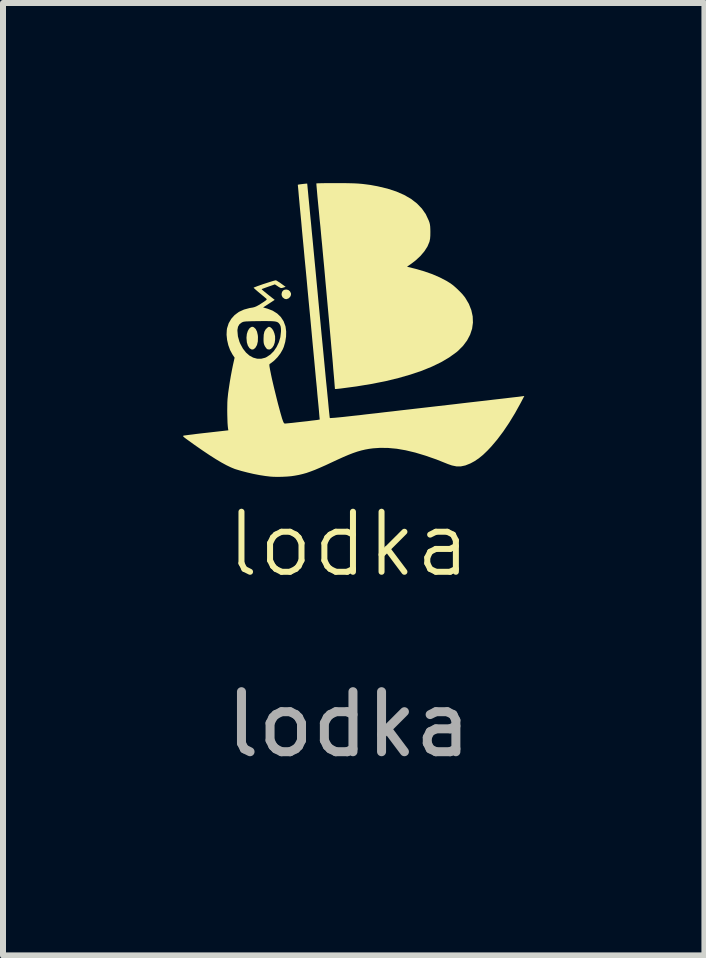
<source format=kicad_pcb>
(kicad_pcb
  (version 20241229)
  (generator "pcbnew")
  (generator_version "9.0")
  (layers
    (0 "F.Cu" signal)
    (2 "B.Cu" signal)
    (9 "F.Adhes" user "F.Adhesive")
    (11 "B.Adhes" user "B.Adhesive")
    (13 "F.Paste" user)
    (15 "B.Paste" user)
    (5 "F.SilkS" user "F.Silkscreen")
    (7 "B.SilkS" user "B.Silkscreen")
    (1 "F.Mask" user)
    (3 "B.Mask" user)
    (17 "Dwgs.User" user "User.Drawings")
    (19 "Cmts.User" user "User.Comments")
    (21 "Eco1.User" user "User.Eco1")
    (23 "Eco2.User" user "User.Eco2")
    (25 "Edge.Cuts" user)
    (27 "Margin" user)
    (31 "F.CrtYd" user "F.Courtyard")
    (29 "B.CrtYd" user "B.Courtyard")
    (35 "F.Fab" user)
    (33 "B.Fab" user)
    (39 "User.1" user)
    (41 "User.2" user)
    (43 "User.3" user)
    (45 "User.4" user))
  (footprint "lodka"
    (layer "F.Cu")
    (at 2.758 2.517)
    (property "Reference" "lodka" (at 0 3.5 0) (unlocked yes) (layer "F.SilkS") (effects (font (size 1 1) (thickness 0.1))))
    (attr smd)
    (fp_poly (pts (xy -1.003 -0.735) (xy -0.977 -0.713) (xy -0.961 -0.681) (xy -0.961 -0.653) (xy -0.974 -0.624) (xy -0.997 -0.6) (xy -1.008 -0.594) (xy -1.035 -0.584) (xy -1.058 -0.586) (xy -1.075 -0.594) (xy -1.103 -0.617) (xy -1.116 -0.648) (xy -1.118 -0.669) (xy -1.11 -0.704) (xy -1.091 -0.729) (xy -1.064 -0.742) (xy -1.033 -0.744)) (stroke (width 0) (type solid)) (fill yes) (layer "F.SilkS"))
    (fp_poly (pts (xy -1.593 -0.121) (xy -1.579 -0.115) (xy -1.549 -0.087) (xy -1.527 -0.043) (xy -1.514 0.014) (xy -1.511 0.046) (xy -1.513 0.12) (xy -1.527 0.18) (xy -1.554 0.226) (xy -1.557 0.23) (xy -1.586 0.252) (xy -1.613 0.256) (xy -1.642 0.24) (xy -1.653 0.231) (xy -1.679 0.191) (xy -1.696 0.136) (xy -1.702 0.066) (xy -1.702 0.054) (xy -1.696 -0.004) (xy -1.68 -0.054) (xy -1.657 -0.093) (xy -1.631 -0.115) (xy -1.61 -0.124)) (stroke (width 0) (type solid)) (fill yes) (layer "F.SilkS"))
    (fp_poly (pts (xy -1.301 -0.114) (xy -1.277 -0.092) (xy -1.254 -0.057) (xy -1.237 -0.013) (xy -1.226 0.033) (xy -1.226 0.035) (xy -1.225 0.089) (xy -1.232 0.14) (xy -1.247 0.185) (xy -1.269 0.22) (xy -1.295 0.245) (xy -1.323 0.256) (xy -1.353 0.25) (xy -1.359 0.248) (xy -1.373 0.233) (xy -1.39 0.209) (xy -1.397 0.198) (xy -1.408 0.173) (xy -1.415 0.147) (xy -1.418 0.113) (xy -1.418 0.072) (xy -1.415 0.007) (xy -1.404 -0.042) (xy -1.383 -0.08) (xy -1.354 -0.109) (xy -1.334 -0.122) (xy -1.319 -0.122)) (stroke (width 0) (type solid)) (fill yes) (layer "F.SilkS"))
    (fp_poly (pts (xy -0.091 -2.517) (xy 0.005 -2.515) (xy 0.088 -2.513) (xy 0.162 -2.509) (xy 0.231 -2.503) (xy 0.296 -2.495) (xy 0.363 -2.486) (xy 0.433 -2.473) (xy 0.482 -2.464) (xy 0.646 -2.425) (xy 0.793 -2.377) (xy 0.924 -2.32) (xy 1.039 -2.254) (xy 1.137 -2.178) (xy 1.219 -2.093) (xy 1.284 -2) (xy 1.332 -1.897) (xy 1.335 -1.89) (xy 1.347 -1.856) (xy 1.354 -1.825) (xy 1.358 -1.792) (xy 1.36 -1.75) (xy 1.361 -1.705) (xy 1.36 -1.64) (xy 1.356 -1.59) (xy 1.348 -1.551) (xy 1.345 -1.538) (xy 1.312 -1.46) (xy 1.262 -1.382) (xy 1.197 -1.305) (xy 1.119 -1.232) (xy 1.049 -1.178) (xy 0.972 -1.124) (xy 1.114 -1.089) (xy 1.256 -1.048) (xy 1.391 -1.001) (xy 1.516 -0.947) (xy 1.628 -0.889) (xy 1.696 -0.847) (xy 1.743 -0.812) (xy 1.795 -0.766) (xy 1.847 -0.716) (xy 1.895 -0.666) (xy 1.932 -0.62) (xy 1.941 -0.608) (xy 2.002 -0.505) (xy 2.043 -0.401) (xy 2.066 -0.297) (xy 2.07 -0.193) (xy 2.056 -0.091) (xy 2.023 0.008) (xy 1.973 0.103) (xy 1.905 0.194) (xy 1.819 0.28) (xy 1.791 0.303) (xy 1.674 0.387) (xy 1.54 0.466) (xy 1.387 0.54) (xy 1.218 0.609) (xy 1.031 0.672) (xy 0.829 0.73) (xy 0.611 0.783) (xy 0.377 0.829) (xy 0.128 0.87) (xy -0.135 0.905) (xy -0.193 0.911) (xy -0.216 0.913) (xy -0.229 0.912) (xy -0.229 0.911) (xy -0.23 0.895) (xy -0.233 0.861) (xy -0.237 0.811) (xy -0.242 0.746) (xy -0.249 0.667) (xy -0.257 0.576) (xy -0.265 0.473) (xy -0.275 0.361) (xy -0.286 0.241) (xy -0.297 0.113) (xy -0.309 -0.021) (xy -0.321 -0.159) (xy -0.334 -0.3) (xy -0.347 -0.443) (xy -0.36 -0.586) (xy -0.373 -0.729) (xy -0.386 -0.869) (xy -0.398 -1.007) (xy -0.41 -1.139) (xy -0.422 -1.265) (xy -0.433 -1.384) (xy -0.443 -1.494) (xy -0.453 -1.594) (xy -0.461 -1.682) (xy -0.468 -1.758) (xy -0.472 -1.801) (xy -0.484 -1.915) (xy -0.494 -2.023) (xy -0.504 -2.125) (xy -0.513 -2.218) (xy -0.521 -2.301) (xy -0.527 -2.372) (xy -0.532 -2.43) (xy -0.536 -2.474) (xy -0.538 -2.502) (xy -0.538 -2.512) (xy -0.538 -2.512) (xy -0.528 -2.513) (xy -0.501 -2.514) (xy -0.459 -2.515) (xy -0.404 -2.516) (xy -0.34 -2.517) (xy -0.267 -2.517) (xy -0.202 -2.517)) (stroke (width 0) (type solid)) (fill yes) (layer "F.SilkS"))
    (fp_poly (pts (xy -0.69 -2.5) (xy -0.687 -2.472) (xy -0.683 -2.427) (xy -0.677 -2.366) (xy -0.67 -2.289) (xy -0.661 -2.198) (xy -0.651 -2.093) (xy -0.64 -1.975) (xy -0.627 -1.846) (xy -0.614 -1.705) (xy -0.599 -1.554) (xy -0.584 -1.394) (xy -0.568 -1.226) (xy -0.551 -1.05) (xy -0.534 -0.868) (xy -0.516 -0.68) (xy -0.505 -0.56) (xy -0.487 -0.369) (xy -0.469 -0.183) (xy -0.452 -0.003) (xy -0.435 0.17) (xy -0.419 0.336) (xy -0.404 0.493) (xy -0.39 0.64) (xy -0.377 0.777) (xy -0.364 0.903) (xy -0.353 1.017) (xy -0.343 1.117) (xy -0.335 1.204) (xy -0.328 1.275) (xy -0.322 1.331) (xy -0.318 1.37) (xy -0.315 1.392) (xy -0.314 1.396) (xy -0.304 1.397) (xy -0.276 1.395) (xy -0.231 1.392) (xy -0.17 1.386) (xy -0.096 1.379) (xy -0.008 1.369) (xy 0.092 1.358) (xy 0.187 1.348) (xy 0.266 1.338) (xy 0.362 1.327) (xy 0.472 1.315) (xy 0.596 1.3) (xy 0.73 1.285) (xy 0.873 1.268) (xy 1.023 1.251) (xy 1.178 1.233) (xy 1.335 1.215) (xy 1.492 1.197) (xy 1.649 1.179) (xy 1.762 1.166) (xy 1.905 1.149) (xy 2.042 1.133) (xy 2.174 1.118) (xy 2.298 1.104) (xy 2.414 1.09) (xy 2.52 1.078) (xy 2.615 1.067) (xy 2.698 1.057) (xy 2.767 1.049) (xy 2.822 1.043) (xy 2.86 1.038) (xy 2.881 1.035) (xy 2.884 1.035) (xy 2.926 1.029) (xy 2.864 1.147) (xy 2.771 1.315) (xy 2.674 1.474) (xy 2.575 1.621) (xy 2.475 1.754) (xy 2.375 1.872) (xy 2.313 1.938) (xy 2.238 2.01) (xy 2.167 2.068) (xy 2.097 2.115) (xy 2.025 2.154) (xy 2.024 2.154) (xy 1.944 2.186) (xy 1.869 2.202) (xy 1.796 2.202) (xy 1.719 2.186) (xy 1.653 2.163) (xy 1.46 2.086) (xy 1.279 2.023) (xy 1.11 1.972) (xy 0.951 1.934) (xy 0.801 1.908) (xy 0.659 1.895) (xy 0.524 1.893) (xy 0.406 1.901) (xy 0.338 1.91) (xy 0.273 1.922) (xy 0.209 1.937) (xy 0.143 1.956) (xy 0.073 1.98) (xy -0.004 2.01) (xy -0.091 2.047) (xy -0.19 2.092) (xy -0.272 2.13) (xy -0.381 2.181) (xy -0.476 2.223) (xy -0.56 2.259) (xy -0.634 2.287) (xy -0.702 2.311) (xy -0.767 2.329) (xy -0.83 2.344) (xy -0.895 2.356) (xy -0.955 2.365) (xy -1.022 2.371) (xy -1.1 2.375) (xy -1.181 2.377) (xy -1.258 2.375) (xy -1.304 2.372) (xy -1.388 2.362) (xy -1.484 2.347) (xy -1.587 2.327) (xy -1.69 2.303) (xy -1.787 2.278) (xy -1.874 2.252) (xy -1.899 2.244) (xy -1.962 2.218) (xy -2.035 2.183) (xy -2.118 2.138) (xy -2.212 2.082) (xy -2.317 2.015) (xy -2.435 1.936) (xy -2.566 1.845) (xy -2.612 1.812) (xy -2.666 1.773) (xy -2.706 1.744) (xy -2.734 1.723) (xy -2.75 1.709) (xy -2.758 1.699) (xy -2.758 1.694) (xy -2.752 1.69) (xy -2.751 1.69) (xy -2.736 1.687) (xy -2.705 1.683) (xy -2.659 1.677) (xy -2.601 1.67) (xy -2.533 1.661) (xy -2.457 1.652) (xy -2.376 1.643) (xy -2.366 1.642) (xy -2.004 1.601) (xy -2.01 1.567) (xy -2.014 1.53) (xy -2.018 1.477) (xy -2.02 1.414) (xy -2.022 1.344) (xy -2.023 1.272) (xy -2.022 1.202) (xy -2.021 1.137) (xy -2.018 1.083) (xy -2.016 1.063) (xy -2.008 0.985) (xy -1.995 0.895) (xy -1.98 0.796) (xy -1.963 0.696) (xy -1.945 0.6) (xy -1.927 0.512) (xy -1.925 0.503) (xy -1.9 0.391) (xy -1.936 0.337) (xy -1.975 0.265) (xy -2.005 0.183) (xy -2.025 0.096) (xy -2.034 0.01) (xy -2.031 -0.056) (xy -1.853 -0.056) (xy -1.845 0.036) (xy -1.819 0.127) (xy -1.804 0.162) (xy -1.761 0.241) (xy -1.71 0.306) (xy -1.653 0.356) (xy -1.591 0.39) (xy -1.525 0.408) (xy -1.458 0.409) (xy -1.391 0.392) (xy -1.368 0.381) (xy -1.304 0.339) (xy -1.247 0.282) (xy -1.2 0.212) (xy -1.163 0.134) (xy -1.138 0.049) (xy -1.128 -0.039) (xy -1.127 -0.057) (xy -1.129 -0.101) (xy -1.134 -0.132) (xy -1.144 -0.157) (xy -1.147 -0.161) (xy -1.158 -0.177) (xy -1.171 -0.191) (xy -1.187 -0.201) (xy -1.209 -0.209) (xy -1.239 -0.214) (xy -1.279 -0.217) (xy -1.332 -0.218) (xy -1.399 -0.219) (xy -1.482 -0.218) (xy -1.489 -0.218) (xy -1.566 -0.217) (xy -1.626 -0.216) (xy -1.673 -0.214) (xy -1.707 -0.213) (xy -1.733 -0.21) (xy -1.752 -0.207) (xy -1.766 -0.202) (xy -1.779 -0.196) (xy -1.781 -0.195) (xy -1.819 -0.166) (xy -1.843 -0.125) (xy -1.853 -0.072) (xy -1.853 -0.056) (xy -2.031 -0.056) (xy -2.03 -0.07) (xy -2.026 -0.098) (xy -1.999 -0.182) (xy -1.956 -0.256) (xy -1.899 -0.32) (xy -1.828 -0.372) (xy -1.745 -0.41) (xy -1.65 -0.436) (xy -1.629 -0.439) (xy -1.594 -0.445) (xy -1.565 -0.453) (xy -1.538 -0.464) (xy -1.506 -0.481) (xy -1.465 -0.506) (xy -1.454 -0.513) (xy -1.412 -0.54) (xy -1.384 -0.56) (xy -1.369 -0.573) (xy -1.365 -0.582) (xy -1.368 -0.588) (xy -1.379 -0.598) (xy -1.403 -0.618) (xy -1.435 -0.645) (xy -1.472 -0.676) (xy -1.481 -0.683) (xy -1.518 -0.714) (xy -1.549 -0.741) (xy -1.572 -0.762) (xy -1.583 -0.773) (xy -1.584 -0.774) (xy -1.576 -0.779) (xy -1.553 -0.788) (xy -1.519 -0.801) (xy -1.476 -0.816) (xy -1.428 -0.833) (xy -1.378 -0.849) (xy -1.329 -0.865) (xy -1.285 -0.879) (xy -1.248 -0.89) (xy -1.223 -0.896) (xy -1.213 -0.898) (xy -1.201 -0.893) (xy -1.177 -0.878) (xy -1.145 -0.858) (xy -1.126 -0.844) (xy -1.05 -0.789) (xy -1.089 -0.776) (xy -1.111 -0.77) (xy -1.128 -0.769) (xy -1.145 -0.776) (xy -1.171 -0.791) (xy -1.179 -0.797) (xy -1.229 -0.83) (xy -1.338 -0.792) (xy -1.38 -0.777) (xy -1.415 -0.764) (xy -1.44 -0.755) (xy -1.45 -0.75) (xy -1.45 -0.75) (xy -1.444 -0.743) (xy -1.426 -0.727) (xy -1.397 -0.703) (xy -1.361 -0.674) (xy -1.343 -0.659) (xy -1.232 -0.572) (xy -1.328 -0.509) (xy -1.425 -0.446) (xy -1.354 -0.426) (xy -1.266 -0.392) (xy -1.191 -0.345) (xy -1.13 -0.286) (xy -1.084 -0.216) (xy -1.054 -0.135) (xy -1.051 -0.123) (xy -1.041 -0.045) (xy -1.043 0.041) (xy -1.057 0.129) (xy -1.081 0.212) (xy -1.099 0.254) (xy -1.137 0.32) (xy -1.186 0.384) (xy -1.241 0.44) (xy -1.297 0.484) (xy -1.315 0.495) (xy -1.319 0.5) (xy -1.321 0.511) (xy -1.32 0.53) (xy -1.315 0.561) (xy -1.307 0.604) (xy -1.295 0.663) (xy -1.294 0.669) (xy -1.28 0.735) (xy -1.262 0.813) (xy -1.242 0.898) (xy -1.22 0.987) (xy -1.198 1.077) (xy -1.176 1.164) (xy -1.154 1.245) (xy -1.135 1.316) (xy -1.118 1.374) (xy -1.111 1.399) (xy -1.096 1.442) (xy -1.085 1.469) (xy -1.074 1.484) (xy -1.065 1.488) (xy -1.052 1.488) (xy -1.023 1.485) (xy -0.981 1.481) (xy -0.93 1.476) (xy -0.871 1.469) (xy -0.808 1.462) (xy -0.744 1.455) (xy -0.68 1.448) (xy -0.621 1.44) (xy -0.569 1.434) (xy -0.527 1.429) (xy -0.498 1.424) (xy -0.483 1.422) (xy -0.483 1.421) (xy -0.483 1.412) (xy -0.486 1.384) (xy -0.49 1.339) (xy -0.495 1.278) (xy -0.502 1.201) (xy -0.511 1.109) (xy -0.521 1.004) (xy -0.531 0.886) (xy -0.544 0.757) (xy -0.557 0.616) (xy -0.571 0.465) (xy -0.586 0.305) (xy -0.602 0.136) (xy -0.618 -0.039) (xy -0.635 -0.222) (xy -0.653 -0.41) (xy -0.665 -0.535) (xy -0.683 -0.726) (xy -0.7 -0.912) (xy -0.717 -1.092) (xy -0.734 -1.266) (xy -0.749 -1.431) (xy -0.764 -1.588) (xy -0.778 -1.736) (xy -0.79 -1.873) (xy -0.802 -1.998) (xy -0.813 -2.112) (xy -0.822 -2.212) (xy -0.83 -2.298) (xy -0.836 -2.37) (xy -0.841 -2.426) (xy -0.845 -2.465) (xy -0.847 -2.486) (xy -0.847 -2.49) (xy -0.837 -2.492) (xy -0.814 -2.496) (xy -0.783 -2.5) (xy -0.75 -2.504) (xy -0.72 -2.507) (xy -0.699 -2.509) (xy -0.691 -2.509)) (stroke (width 0) (type solid)) (fill yes) (layer "F.SilkS"))
    (fp_text user "${REFERENCE}" (at 0 6.5 0) (unlocked yes) (layer "F.Fab") (effects (font (size 1 1) (thickness 0.15)))))
  (gr_rect
    (start -3 -3)
    (end 8.684 12.865)
    (stroke (width 0.1) (type default))
    (fill no)
    (layer "Edge.Cuts")))
</source>
